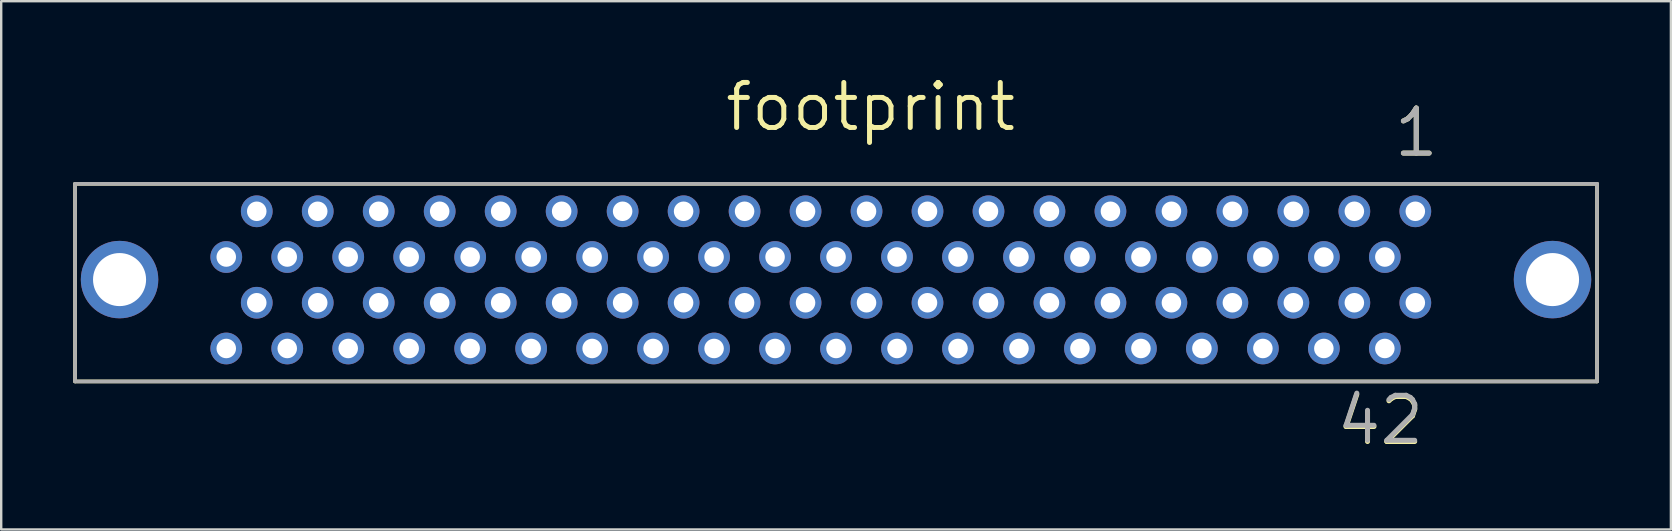
<source format=kicad_pcb>
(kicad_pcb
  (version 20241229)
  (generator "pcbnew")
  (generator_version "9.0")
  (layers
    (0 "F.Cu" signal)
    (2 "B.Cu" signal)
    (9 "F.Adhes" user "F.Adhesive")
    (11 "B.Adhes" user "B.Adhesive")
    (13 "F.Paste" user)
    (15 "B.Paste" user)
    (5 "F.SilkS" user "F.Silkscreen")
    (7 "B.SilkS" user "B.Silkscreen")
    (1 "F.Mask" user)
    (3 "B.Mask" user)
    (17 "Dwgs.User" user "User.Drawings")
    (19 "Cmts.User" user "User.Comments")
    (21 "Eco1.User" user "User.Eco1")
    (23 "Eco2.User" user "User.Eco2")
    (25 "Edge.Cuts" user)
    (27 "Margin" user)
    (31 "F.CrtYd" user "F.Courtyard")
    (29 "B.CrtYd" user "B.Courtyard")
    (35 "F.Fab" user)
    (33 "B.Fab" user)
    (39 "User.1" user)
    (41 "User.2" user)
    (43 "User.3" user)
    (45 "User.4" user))
  (footprint "footprint"
    (layer "F.Cu")
    (at 31.775 4.608)
    (property "Reference" "footprint" (at -4.724 -2.108 0) (layer "F.SilkS") (effects (font (size 1.875 1.875) (thickness 0.208)) (justify left bottom)))
    (fp_line (start -31.699 0) (end -31.699 8.23) (stroke (width 0.152) (type solid)) (layer "F.SilkS"))
    (fp_line (start -31.699 8.23) (end 31.699 8.23) (stroke (width 0.152) (type solid)) (layer "F.SilkS"))
    (fp_line (start 31.699 0) (end -31.699 0) (stroke (width 0.152) (type solid)) (layer "F.SilkS"))
    (fp_line (start 31.699 8.23) (end 31.699 0) (stroke (width 0.152) (type solid)) (layer "F.SilkS"))
    (fp_line (start -31.699 0) (end -31.699 8.23) (stroke (width 0.152) (type solid)) (layer "F.Fab"))
    (fp_line (start -31.699 8.23) (end 31.699 8.23) (stroke (width 0.152) (type solid)) (layer "F.Fab"))
    (fp_line (start 31.699 0) (end -31.699 0) (stroke (width 0.152) (type solid)) (layer "F.Fab"))
    (fp_line (start 31.699 8.23) (end 31.699 0) (stroke (width 0.152) (type solid)) (layer "F.Fab"))
    (fp_text user "42" (at 20.752 10.973 0) (layer "F.SilkS") (effects (font (size 1.875 1.875) (thickness 0.208)) (justify left bottom)))
    (fp_text user "1" (at 23.139 -1.041 0) (layer "F.SilkS") (effects (font (size 1.875 1.875) (thickness 0.208)) (justify left bottom)))
    (fp_text user "1" (at 23.139 -1.041 0) (layer "F.Fab") (effects (font (size 1.875 1.875) (thickness 0.208)) (justify left bottom)))
    (fp_text user "42" (at 20.752 10.922 0) (layer "F.Fab") (effects (font (size 1.875 1.875) (thickness 0.208)) (justify left bottom)))
    (pad "1" thru_hole circle (at 24.13 1.143) (size 1.321 1.321) (drill 0.813) (layers "*.Cu" "*.Mask"))
    (pad "2" thru_hole circle (at 22.86 3.048) (size 1.321 1.321) (drill 0.813) (layers "*.Cu" "*.Mask"))
    (pad "3" thru_hole circle (at 21.59 1.143) (size 1.321 1.321) (drill 0.813) (layers "*.Cu" "*.Mask"))
    (pad "4" thru_hole circle (at 20.32 3.048) (size 1.321 1.321) (drill 0.813) (layers "*.Cu" "*.Mask"))
    (pad "5" thru_hole circle (at 19.05 1.143) (size 1.321 1.321) (drill 0.813) (layers "*.Cu" "*.Mask"))
    (pad "6" thru_hole circle (at 17.78 3.048) (size 1.321 1.321) (drill 0.813) (layers "*.Cu" "*.Mask"))
    (pad "7" thru_hole circle (at 16.51 1.143) (size 1.321 1.321) (drill 0.813) (layers "*.Cu" "*.Mask"))
    (pad "8" thru_hole circle (at 15.24 3.048) (size 1.321 1.321) (drill 0.813) (layers "*.Cu" "*.Mask"))
    (pad "9" thru_hole circle (at 13.97 1.143) (size 1.321 1.321) (drill 0.813) (layers "*.Cu" "*.Mask"))
    (pad "10" thru_hole circle (at 12.7 3.048) (size 1.321 1.321) (drill 0.813) (layers "*.Cu" "*.Mask"))
    (pad "11" thru_hole circle (at 11.43 1.143) (size 1.321 1.321) (drill 0.813) (layers "*.Cu" "*.Mask"))
    (pad "12" thru_hole circle (at 10.16 3.048) (size 1.321 1.321) (drill 0.813) (layers "*.Cu" "*.Mask"))
    (pad "13" thru_hole circle (at 8.89 1.143) (size 1.321 1.321) (drill 0.813) (layers "*.Cu" "*.Mask"))
    (pad "14" thru_hole circle (at 7.62 3.048) (size 1.321 1.321) (drill 0.813) (layers "*.Cu" "*.Mask"))
    (pad "15" thru_hole circle (at 6.35 1.143) (size 1.321 1.321) (drill 0.813) (layers "*.Cu" "*.Mask"))
    (pad "16" thru_hole circle (at 5.08 3.048) (size 1.321 1.321) (drill 0.813) (layers "*.Cu" "*.Mask"))
    (pad "17" thru_hole circle (at 3.81 1.143) (size 1.321 1.321) (drill 0.813) (layers "*.Cu" "*.Mask"))
    (pad "18" thru_hole circle (at 2.54 3.048) (size 1.321 1.321) (drill 0.813) (layers "*.Cu" "*.Mask"))
    (pad "19" thru_hole circle (at 1.27 1.143) (size 1.321 1.321) (drill 0.813) (layers "*.Cu" "*.Mask"))
    (pad "20" thru_hole circle (at 0 3.048) (size 1.321 1.321) (drill 0.813) (layers "*.Cu" "*.Mask"))
    (pad "21" thru_hole circle (at -1.27 1.143) (size 1.321 1.321) (drill 0.813) (layers "*.Cu" "*.Mask"))
    (pad "22" thru_hole circle (at -2.54 3.048) (size 1.321 1.321) (drill 0.813) (layers "*.Cu" "*.Mask"))
    (pad "23" thru_hole circle (at -3.81 1.143) (size 1.321 1.321) (drill 0.813) (layers "*.Cu" "*.Mask"))
    (pad "24" thru_hole circle (at -5.08 3.048) (size 1.321 1.321) (drill 0.813) (layers "*.Cu" "*.Mask"))
    (pad "25" thru_hole circle (at -6.35 1.143) (size 1.321 1.321) (drill 0.813) (layers "*.Cu" "*.Mask"))
    (pad "26" thru_hole circle (at -7.62 3.048) (size 1.321 1.321) (drill 0.813) (layers "*.Cu" "*.Mask"))
    (pad "27" thru_hole circle (at -8.89 1.143) (size 1.321 1.321) (drill 0.813) (layers "*.Cu" "*.Mask"))
    (pad "28" thru_hole circle (at -10.16 3.048) (size 1.321 1.321) (drill 0.813) (layers "*.Cu" "*.Mask"))
    (pad "29" thru_hole circle (at -11.43 1.143) (size 1.321 1.321) (drill 0.813) (layers "*.Cu" "*.Mask"))
    (pad "30" thru_hole circle (at -12.7 3.048) (size 1.321 1.321) (drill 0.813) (layers "*.Cu" "*.Mask"))
    (pad "31" thru_hole circle (at -13.97 1.143) (size 1.321 1.321) (drill 0.813) (layers "*.Cu" "*.Mask"))
    (pad "32" thru_hole circle (at -15.24 3.048) (size 1.321 1.321) (drill 0.813) (layers "*.Cu" "*.Mask"))
    (pad "33" thru_hole circle (at -16.51 1.143) (size 1.321 1.321) (drill 0.813) (layers "*.Cu" "*.Mask"))
    (pad "34" thru_hole circle (at -17.78 3.048) (size 1.321 1.321) (drill 0.813) (layers "*.Cu" "*.Mask"))
    (pad "35" thru_hole circle (at -19.05 1.143) (size 1.321 1.321) (drill 0.813) (layers "*.Cu" "*.Mask"))
    (pad "36" thru_hole circle (at -20.32 3.048) (size 1.321 1.321) (drill 0.813) (layers "*.Cu" "*.Mask"))
    (pad "37" thru_hole circle (at -21.59 1.143) (size 1.321 1.321) (drill 0.813) (layers "*.Cu" "*.Mask"))
    (pad "38" thru_hole circle (at -22.86 3.048) (size 1.321 1.321) (drill 0.813) (layers "*.Cu" "*.Mask"))
    (pad "39" thru_hole circle (at -24.13 1.143) (size 1.321 1.321) (drill 0.813) (layers "*.Cu" "*.Mask"))
    (pad "40" thru_hole circle (at -25.4 3.048) (size 1.321 1.321) (drill 0.813) (layers "*.Cu" "*.Mask"))
    (pad "41" thru_hole circle (at 24.13 4.953) (size 1.321 1.321) (drill 0.813) (layers "*.Cu" "*.Mask"))
    (pad "42" thru_hole circle (at 22.86 6.858) (size 1.321 1.321) (drill 0.813) (layers "*.Cu" "*.Mask"))
    (pad "43" thru_hole circle (at 21.59 4.953) (size 1.321 1.321) (drill 0.813) (layers "*.Cu" "*.Mask"))
    (pad "44" thru_hole circle (at 20.32 6.858) (size 1.321 1.321) (drill 0.813) (layers "*.Cu" "*.Mask"))
    (pad "45" thru_hole circle (at 19.05 4.953) (size 1.321 1.321) (drill 0.813) (layers "*.Cu" "*.Mask"))
    (pad "46" thru_hole circle (at 17.78 6.858) (size 1.321 1.321) (drill 0.813) (layers "*.Cu" "*.Mask"))
    (pad "47" thru_hole circle (at 16.51 4.953) (size 1.321 1.321) (drill 0.813) (layers "*.Cu" "*.Mask"))
    (pad "48" thru_hole circle (at 15.24 6.858) (size 1.321 1.321) (drill 0.813) (layers "*.Cu" "*.Mask"))
    (pad "49" thru_hole circle (at 13.97 4.953) (size 1.321 1.321) (drill 0.813) (layers "*.Cu" "*.Mask"))
    (pad "50" thru_hole circle (at 12.7 6.858) (size 1.321 1.321) (drill 0.813) (layers "*.Cu" "*.Mask"))
    (pad "51" thru_hole circle (at 11.43 4.953) (size 1.321 1.321) (drill 0.813) (layers "*.Cu" "*.Mask"))
    (pad "52" thru_hole circle (at 10.16 6.858) (size 1.321 1.321) (drill 0.813) (layers "*.Cu" "*.Mask"))
    (pad "53" thru_hole circle (at 8.89 4.953) (size 1.321 1.321) (drill 0.813) (layers "*.Cu" "*.Mask"))
    (pad "54" thru_hole circle (at 7.62 6.858) (size 1.321 1.321) (drill 0.813) (layers "*.Cu" "*.Mask"))
    (pad "55" thru_hole circle (at 6.35 4.953) (size 1.321 1.321) (drill 0.813) (layers "*.Cu" "*.Mask"))
    (pad "56" thru_hole circle (at 5.08 6.858) (size 1.321 1.321) (drill 0.813) (layers "*.Cu" "*.Mask"))
    (pad "57" thru_hole circle (at 3.81 4.953) (size 1.321 1.321) (drill 0.813) (layers "*.Cu" "*.Mask"))
    (pad "58" thru_hole circle (at 2.54 6.858) (size 1.321 1.321) (drill 0.813) (layers "*.Cu" "*.Mask"))
    (pad "59" thru_hole circle (at 1.27 4.953) (size 1.321 1.321) (drill 0.813) (layers "*.Cu" "*.Mask"))
    (pad "60" thru_hole circle (at 0 6.858) (size 1.321 1.321) (drill 0.813) (layers "*.Cu" "*.Mask"))
    (pad "61" thru_hole circle (at -1.27 4.953) (size 1.321 1.321) (drill 0.813) (layers "*.Cu" "*.Mask"))
    (pad "62" thru_hole circle (at -2.54 6.858) (size 1.321 1.321) (drill 0.813) (layers "*.Cu" "*.Mask"))
    (pad "63" thru_hole circle (at -3.81 4.953) (size 1.321 1.321) (drill 0.813) (layers "*.Cu" "*.Mask"))
    (pad "64" thru_hole circle (at -5.08 6.858) (size 1.321 1.321) (drill 0.813) (layers "*.Cu" "*.Mask"))
    (pad "65" thru_hole circle (at -6.35 4.953) (size 1.321 1.321) (drill 0.813) (layers "*.Cu" "*.Mask"))
    (pad "66" thru_hole circle (at -7.62 6.858) (size 1.321 1.321) (drill 0.813) (layers "*.Cu" "*.Mask"))
    (pad "67" thru_hole circle (at -8.89 4.953) (size 1.321 1.321) (drill 0.813) (layers "*.Cu" "*.Mask"))
    (pad "68" thru_hole circle (at -10.16 6.858) (size 1.321 1.321) (drill 0.813) (layers "*.Cu" "*.Mask"))
    (pad "69" thru_hole circle (at -11.43 4.953) (size 1.321 1.321) (drill 0.813) (layers "*.Cu" "*.Mask"))
    (pad "70" thru_hole circle (at -12.7 6.858) (size 1.321 1.321) (drill 0.813) (layers "*.Cu" "*.Mask"))
    (pad "71" thru_hole circle (at -13.97 4.953) (size 1.321 1.321) (drill 0.813) (layers "*.Cu" "*.Mask"))
    (pad "72" thru_hole circle (at -15.24 6.858) (size 1.321 1.321) (drill 0.813) (layers "*.Cu" "*.Mask"))
    (pad "73" thru_hole circle (at -16.51 4.953) (size 1.321 1.321) (drill 0.813) (layers "*.Cu" "*.Mask"))
    (pad "74" thru_hole circle (at -17.78 6.858) (size 1.321 1.321) (drill 0.813) (layers "*.Cu" "*.Mask"))
    (pad "75" thru_hole circle (at -19.05 4.953) (size 1.321 1.321) (drill 0.813) (layers "*.Cu" "*.Mask"))
    (pad "76" thru_hole circle (at -20.32 6.858) (size 1.321 1.321) (drill 0.813) (layers "*.Cu" "*.Mask"))
    (pad "77" thru_hole circle (at -21.59 4.953) (size 1.321 1.321) (drill 0.813) (layers "*.Cu" "*.Mask"))
    (pad "78" thru_hole circle (at -22.86 6.858) (size 1.321 1.321) (drill 0.813) (layers "*.Cu" "*.Mask"))
    (pad "79" thru_hole circle (at -24.13 4.953) (size 1.321 1.321) (drill 0.813) (layers "*.Cu" "*.Mask"))
    (pad "80" thru_hole circle (at -25.4 6.858) (size 1.321 1.321) (drill 0.813) (layers "*.Cu" "*.Mask"))
    (pad "81" thru_hole circle (at -29.845 3.988) (size 3.226 3.226) (drill 2.21) (layers "*.Cu" "*.Mask"))
    (pad "82" thru_hole circle (at 29.845 3.988) (size 3.226 3.226) (drill 2.21) (layers "*.Cu" "*.Mask")))
  (gr_rect
    (start -3 -3)
    (end 66.551 19.005)
    (stroke (width 0.1) (type default))
    (fill no)
    (layer "Edge.Cuts")))
</source>
